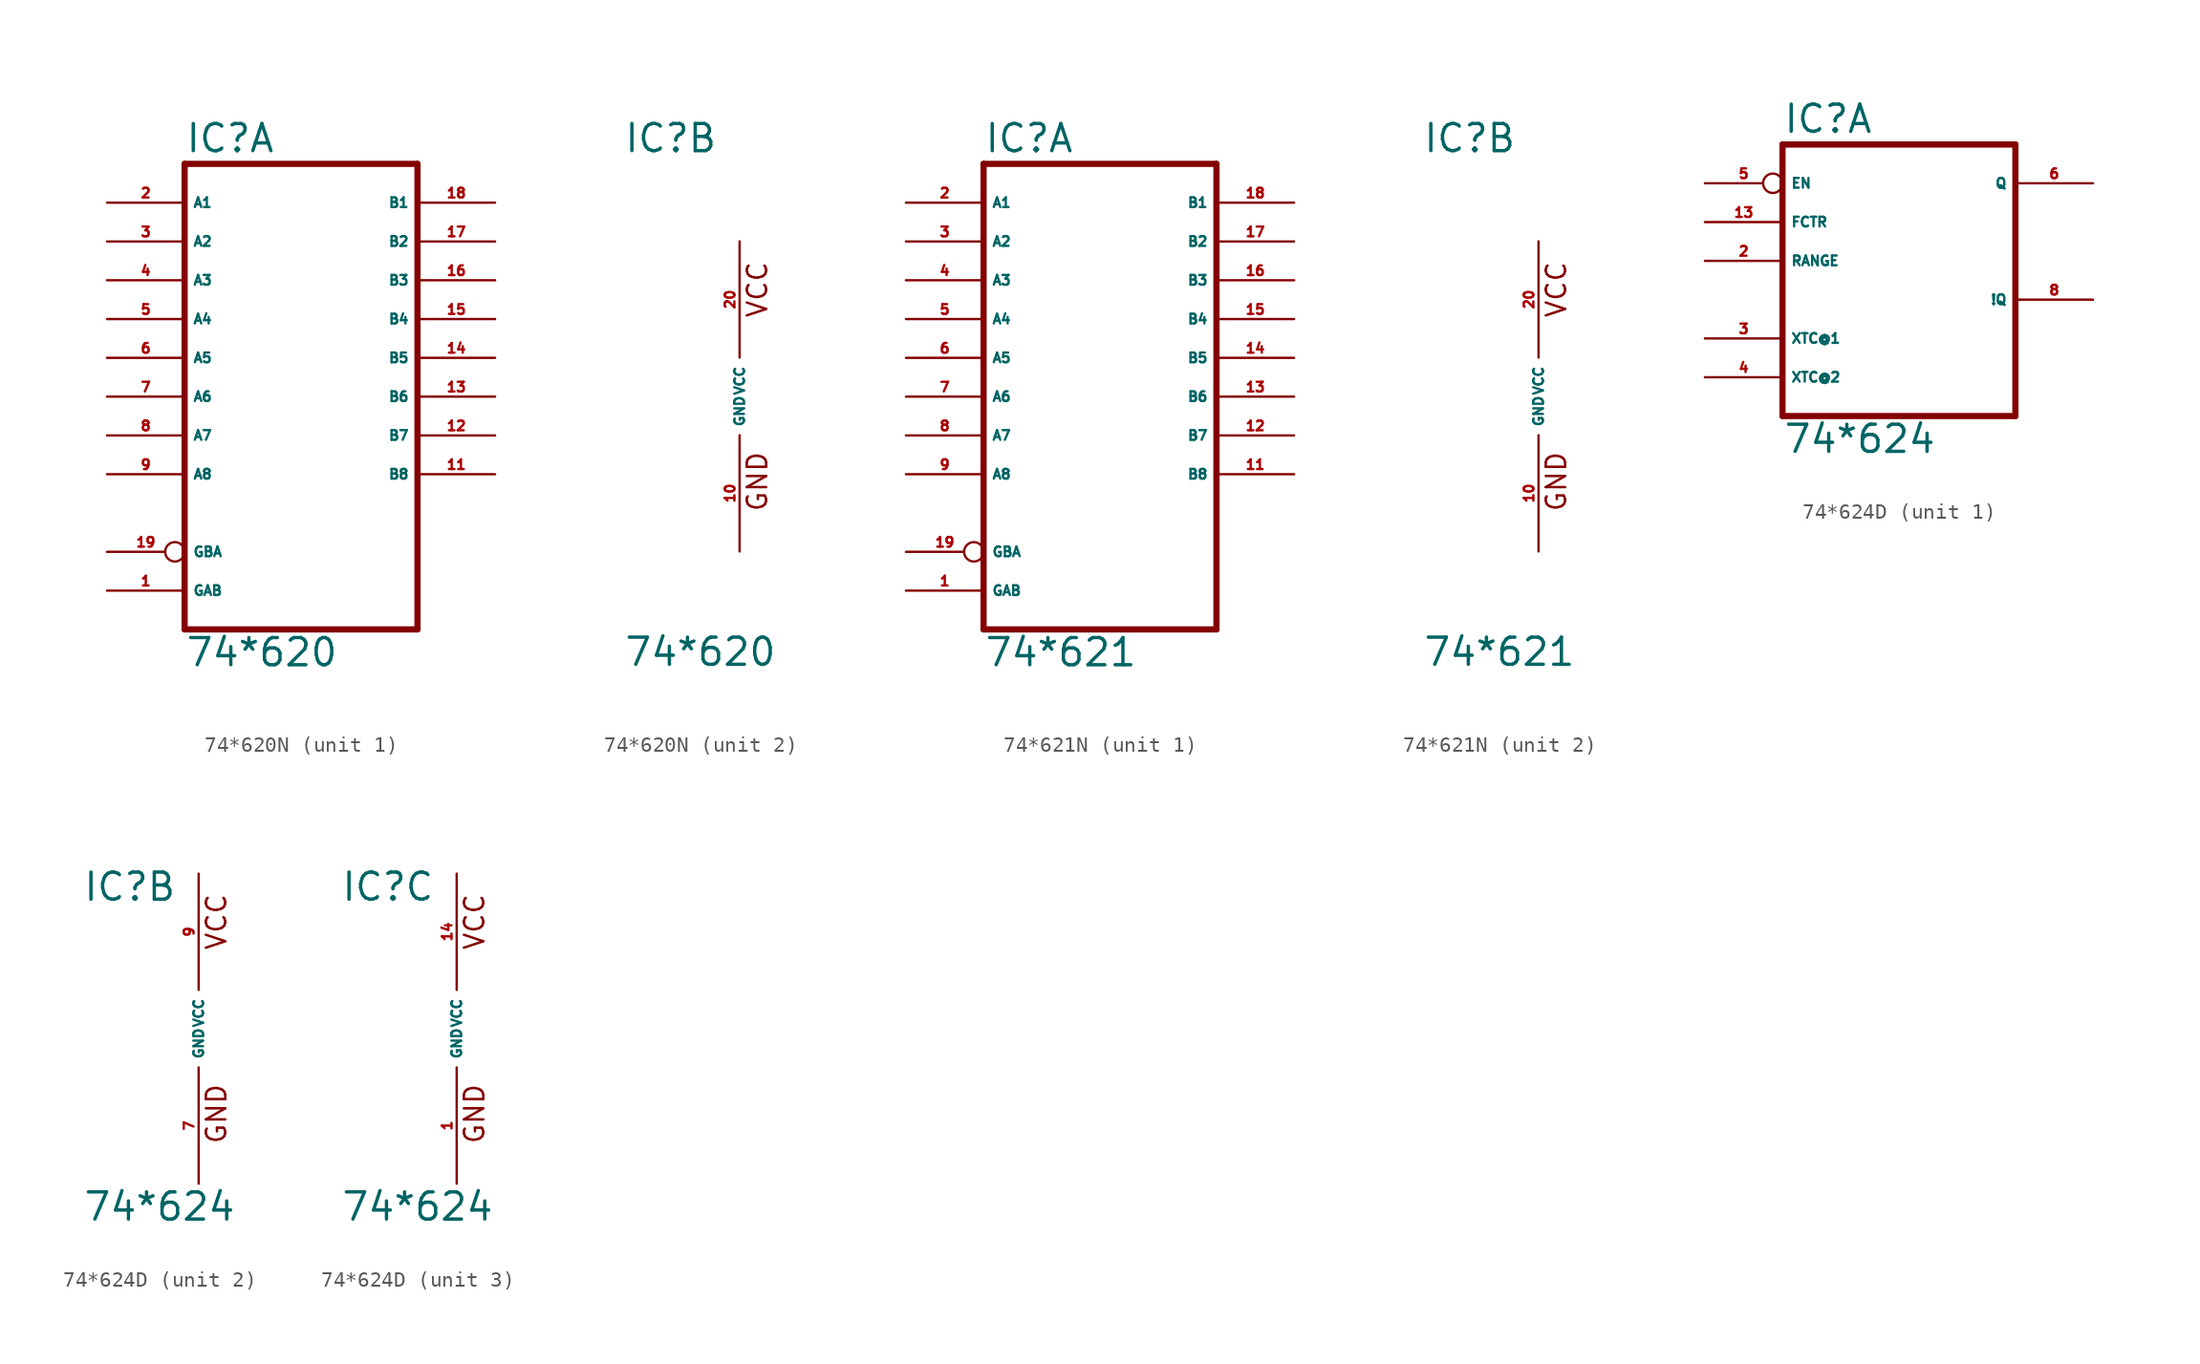
<source format=kicad_sym>
(kicad_symbol_lib
  (version 20220914)
  (generator Eagle2Kicad)
  (symbol "74*620N"
    (property "Reference" "IC"
      (at -7.62 15.875 0)
      (effects (font (size 1.778 1.778) (thickness 0.22)) (justify left bottom)))
    (property "Value" "74*620"
      (at -7.62 -17.78 0)
      (effects (font (size 1.778 1.778) (thickness 0.22)) (justify left bottom)))
    (symbol "74*620N_1_0"
      (polyline (pts (xy -7.62 -15.24) (xy 7.62 -15.24)) (stroke (width 0.406) (type default)) (fill (type none)))
      (polyline (pts (xy 7.62 -15.24) (xy 7.62 15.24)) (stroke (width 0.406) (type default)) (fill (type none)))
      (polyline (pts (xy 7.62 15.24) (xy -7.62 15.24)) (stroke (width 0.406) (type default)) (fill (type none)))
      (polyline (pts (xy -7.62 15.24) (xy -7.62 -15.24)) (stroke (width 0.406) (type default)) (fill (type none)))
      (pin input line (at -12.7 -12.7 0) (length 5.08) (name "GAB" (effects (font (size 0.635 0.635) (thickness 0.08)) (justify left bottom))) (number "1" (effects (font (size 0.635 0.635) (thickness 0.08)) (justify left bottom))))
      (pin bidirectional line (at -12.7 12.7 0) (length 5.08) (name "A1" (effects (font (size 0.635 0.635) (thickness 0.08)) (justify left bottom))) (number "2" (effects (font (size 0.635 0.635) (thickness 0.08)) (justify left bottom))))
      (pin bidirectional line (at -12.7 10.16 0) (length 5.08) (name "A2" (effects (font (size 0.635 0.635) (thickness 0.08)) (justify left bottom))) (number "3" (effects (font (size 0.635 0.635) (thickness 0.08)) (justify left bottom))))
      (pin bidirectional line (at -12.7 7.62 0) (length 5.08) (name "A3" (effects (font (size 0.635 0.635) (thickness 0.08)) (justify left bottom))) (number "4" (effects (font (size 0.635 0.635) (thickness 0.08)) (justify left bottom))))
      (pin bidirectional line (at -12.7 5.08 0) (length 5.08) (name "A4" (effects (font (size 0.635 0.635) (thickness 0.08)) (justify left bottom))) (number "5" (effects (font (size 0.635 0.635) (thickness 0.08)) (justify left bottom))))
      (pin bidirectional line (at -12.7 2.54 0) (length 5.08) (name "A5" (effects (font (size 0.635 0.635) (thickness 0.08)) (justify left bottom))) (number "6" (effects (font (size 0.635 0.635) (thickness 0.08)) (justify left bottom))))
      (pin bidirectional line (at -12.7 0 0) (length 5.08) (name "A6" (effects (font (size 0.635 0.635) (thickness 0.08)) (justify left bottom))) (number "7" (effects (font (size 0.635 0.635) (thickness 0.08)) (justify left bottom))))
      (pin bidirectional line (at -12.7 -2.54 0) (length 5.08) (name "A7" (effects (font (size 0.635 0.635) (thickness 0.08)) (justify left bottom))) (number "8" (effects (font (size 0.635 0.635) (thickness 0.08)) (justify left bottom))))
      (pin bidirectional line (at -12.7 -5.08 0) (length 5.08) (name "A8" (effects (font (size 0.635 0.635) (thickness 0.08)) (justify left bottom))) (number "9" (effects (font (size 0.635 0.635) (thickness 0.08)) (justify left bottom))))
      (pin tri_state line (at 12.7 -5.08 180) (length 5.08) (name "B8" (effects (font (size 0.635 0.635) (thickness 0.08)) (justify left bottom))) (number "11" (effects (font (size 0.635 0.635) (thickness 0.08)) (justify left bottom))))
      (pin tri_state line (at 12.7 -2.54 180) (length 5.08) (name "B7" (effects (font (size 0.635 0.635) (thickness 0.08)) (justify left bottom))) (number "12" (effects (font (size 0.635 0.635) (thickness 0.08)) (justify left bottom))))
      (pin tri_state line (at 12.7 0 180) (length 5.08) (name "B6" (effects (font (size 0.635 0.635) (thickness 0.08)) (justify left bottom))) (number "13" (effects (font (size 0.635 0.635) (thickness 0.08)) (justify left bottom))))
      (pin tri_state line (at 12.7 2.54 180) (length 5.08) (name "B5" (effects (font (size 0.635 0.635) (thickness 0.08)) (justify left bottom))) (number "14" (effects (font (size 0.635 0.635) (thickness 0.08)) (justify left bottom))))
      (pin tri_state line (at 12.7 5.08 180) (length 5.08) (name "B4" (effects (font (size 0.635 0.635) (thickness 0.08)) (justify left bottom))) (number "15" (effects (font (size 0.635 0.635) (thickness 0.08)) (justify left bottom))))
      (pin tri_state line (at 12.7 7.62 180) (length 5.08) (name "B3" (effects (font (size 0.635 0.635) (thickness 0.08)) (justify left bottom))) (number "16" (effects (font (size 0.635 0.635) (thickness 0.08)) (justify left bottom))))
      (pin tri_state line (at 12.7 10.16 180) (length 5.08) (name "B2" (effects (font (size 0.635 0.635) (thickness 0.08)) (justify left bottom))) (number "17" (effects (font (size 0.635 0.635) (thickness 0.08)) (justify left bottom))))
      (pin tri_state line (at 12.7 12.7 180) (length 5.08) (name "B1" (effects (font (size 0.635 0.635) (thickness 0.08)) (justify left bottom))) (number "18" (effects (font (size 0.635 0.635) (thickness 0.08)) (justify left bottom))))
      (pin input inverted (at -12.7 -10.16 0) (length 5.08) (name "GBA" (effects (font (size 0.635 0.635) (thickness 0.08)) (justify left bottom))) (number "19" (effects (font (size 0.635 0.635) (thickness 0.08)) (justify left bottom)))))
    (symbol "74*620N_2_0"
      (text "GND" (at 1.905 -7.62 900) (effects (font (size 1.27 1.27) (thickness 0.16)) (justify left bottom)))
      (text "VCC" (at 1.905 5.08 900) (effects (font (size 1.27 1.27) (thickness 0.16)) (justify left bottom)))
      (pin unspecified line (at 0 -10.16 90) (length 7.62) (name "GND" (effects (font (size 0.635 0.635) (thickness 0.08)) (justify left bottom))) (number "10" (effects (font (size 0.635 0.635) (thickness 0.08)) (justify left bottom))))
      (pin unspecified line (at 0 10.16 270) (length 7.62) (name "VCC" (effects (font (size 0.635 0.635) (thickness 0.08)) (justify left bottom))) (number "20" (effects (font (size 0.635 0.635) (thickness 0.08)) (justify left bottom))))))
  (symbol "74*621N"
    (property "Reference" "IC"
      (at -7.62 15.875 0)
      (effects (font (size 1.778 1.778) (thickness 0.22)) (justify left bottom)))
    (property "Value" "74*621"
      (at -7.62 -17.78 0)
      (effects (font (size 1.778 1.778) (thickness 0.22)) (justify left bottom)))
    (symbol "74*621N_1_0"
      (polyline (pts (xy -7.62 -15.24) (xy 7.62 -15.24)) (stroke (width 0.406) (type default)) (fill (type none)))
      (polyline (pts (xy 7.62 -15.24) (xy 7.62 15.24)) (stroke (width 0.406) (type default)) (fill (type none)))
      (polyline (pts (xy 7.62 15.24) (xy -7.62 15.24)) (stroke (width 0.406) (type default)) (fill (type none)))
      (polyline (pts (xy -7.62 15.24) (xy -7.62 -15.24)) (stroke (width 0.406) (type default)) (fill (type none)))
      (pin input line (at -12.7 -12.7 0) (length 5.08) (name "GAB" (effects (font (size 0.635 0.635) (thickness 0.08)) (justify left bottom))) (number "1" (effects (font (size 0.635 0.635) (thickness 0.08)) (justify left bottom))))
      (pin open_collector line (at -12.7 12.7 0) (length 5.08) (name "A1" (effects (font (size 0.635 0.635) (thickness 0.08)) (justify left bottom))) (number "2" (effects (font (size 0.635 0.635) (thickness 0.08)) (justify left bottom))))
      (pin open_collector line (at -12.7 10.16 0) (length 5.08) (name "A2" (effects (font (size 0.635 0.635) (thickness 0.08)) (justify left bottom))) (number "3" (effects (font (size 0.635 0.635) (thickness 0.08)) (justify left bottom))))
      (pin open_collector line (at -12.7 7.62 0) (length 5.08) (name "A3" (effects (font (size 0.635 0.635) (thickness 0.08)) (justify left bottom))) (number "4" (effects (font (size 0.635 0.635) (thickness 0.08)) (justify left bottom))))
      (pin open_collector line (at -12.7 5.08 0) (length 5.08) (name "A4" (effects (font (size 0.635 0.635) (thickness 0.08)) (justify left bottom))) (number "5" (effects (font (size 0.635 0.635) (thickness 0.08)) (justify left bottom))))
      (pin open_collector line (at -12.7 2.54 0) (length 5.08) (name "A5" (effects (font (size 0.635 0.635) (thickness 0.08)) (justify left bottom))) (number "6" (effects (font (size 0.635 0.635) (thickness 0.08)) (justify left bottom))))
      (pin open_collector line (at -12.7 0 0) (length 5.08) (name "A6" (effects (font (size 0.635 0.635) (thickness 0.08)) (justify left bottom))) (number "7" (effects (font (size 0.635 0.635) (thickness 0.08)) (justify left bottom))))
      (pin open_collector line (at -12.7 -2.54 0) (length 5.08) (name "A7" (effects (font (size 0.635 0.635) (thickness 0.08)) (justify left bottom))) (number "8" (effects (font (size 0.635 0.635) (thickness 0.08)) (justify left bottom))))
      (pin open_collector line (at -12.7 -5.08 0) (length 5.08) (name "A8" (effects (font (size 0.635 0.635) (thickness 0.08)) (justify left bottom))) (number "9" (effects (font (size 0.635 0.635) (thickness 0.08)) (justify left bottom))))
      (pin open_collector line (at 12.7 -5.08 180) (length 5.08) (name "B8" (effects (font (size 0.635 0.635) (thickness 0.08)) (justify left bottom))) (number "11" (effects (font (size 0.635 0.635) (thickness 0.08)) (justify left bottom))))
      (pin open_collector line (at 12.7 -2.54 180) (length 5.08) (name "B7" (effects (font (size 0.635 0.635) (thickness 0.08)) (justify left bottom))) (number "12" (effects (font (size 0.635 0.635) (thickness 0.08)) (justify left bottom))))
      (pin open_collector line (at 12.7 0 180) (length 5.08) (name "B6" (effects (font (size 0.635 0.635) (thickness 0.08)) (justify left bottom))) (number "13" (effects (font (size 0.635 0.635) (thickness 0.08)) (justify left bottom))))
      (pin open_collector line (at 12.7 2.54 180) (length 5.08) (name "B5" (effects (font (size 0.635 0.635) (thickness 0.08)) (justify left bottom))) (number "14" (effects (font (size 0.635 0.635) (thickness 0.08)) (justify left bottom))))
      (pin open_collector line (at 12.7 5.08 180) (length 5.08) (name "B4" (effects (font (size 0.635 0.635) (thickness 0.08)) (justify left bottom))) (number "15" (effects (font (size 0.635 0.635) (thickness 0.08)) (justify left bottom))))
      (pin open_collector line (at 12.7 7.62 180) (length 5.08) (name "B3" (effects (font (size 0.635 0.635) (thickness 0.08)) (justify left bottom))) (number "16" (effects (font (size 0.635 0.635) (thickness 0.08)) (justify left bottom))))
      (pin open_collector line (at 12.7 10.16 180) (length 5.08) (name "B2" (effects (font (size 0.635 0.635) (thickness 0.08)) (justify left bottom))) (number "17" (effects (font (size 0.635 0.635) (thickness 0.08)) (justify left bottom))))
      (pin open_collector line (at 12.7 12.7 180) (length 5.08) (name "B1" (effects (font (size 0.635 0.635) (thickness 0.08)) (justify left bottom))) (number "18" (effects (font (size 0.635 0.635) (thickness 0.08)) (justify left bottom))))
      (pin input inverted (at -12.7 -10.16 0) (length 5.08) (name "GBA" (effects (font (size 0.635 0.635) (thickness 0.08)) (justify left bottom))) (number "19" (effects (font (size 0.635 0.635) (thickness 0.08)) (justify left bottom)))))
    (symbol "74*621N_2_0"
      (text "GND" (at 1.905 -7.62 900) (effects (font (size 1.27 1.27) (thickness 0.16)) (justify left bottom)))
      (text "VCC" (at 1.905 5.08 900) (effects (font (size 1.27 1.27) (thickness 0.16)) (justify left bottom)))
      (pin unspecified line (at 0 -10.16 90) (length 7.62) (name "GND" (effects (font (size 0.635 0.635) (thickness 0.08)) (justify left bottom))) (number "10" (effects (font (size 0.635 0.635) (thickness 0.08)) (justify left bottom))))
      (pin unspecified line (at 0 10.16 270) (length 7.62) (name "VCC" (effects (font (size 0.635 0.635) (thickness 0.08)) (justify left bottom))) (number "20" (effects (font (size 0.635 0.635) (thickness 0.08)) (justify left bottom))))))
  (symbol "74*624D"
    (property "Reference" "IC"
      (at -7.62 8.255 0)
      (effects (font (size 1.778 1.778) (thickness 0.22)) (justify left bottom)))
    (property "Value" "74*624"
      (at -7.62 -12.7 0)
      (effects (font (size 1.778 1.778) (thickness 0.22)) (justify left bottom)))
    (symbol "74*624D_1_0"
      (polyline (pts (xy -7.62 -10.16) (xy 7.62 -10.16)) (stroke (width 0.406) (type default)) (fill (type none)))
      (polyline (pts (xy 7.62 -10.16) (xy 7.62 7.62)) (stroke (width 0.406) (type default)) (fill (type none)))
      (polyline (pts (xy 7.62 7.62) (xy -7.62 7.62)) (stroke (width 0.406) (type default)) (fill (type none)))
      (polyline (pts (xy -7.62 7.62) (xy -7.62 -10.16)) (stroke (width 0.406) (type default)) (fill (type none)))
      (pin input line (at -12.7 0 0) (length 5.08) (name "RANGE" (effects (font (size 0.635 0.635) (thickness 0.08)) (justify left bottom))) (number "2" (effects (font (size 0.635 0.635) (thickness 0.08)) (justify left bottom))))
      (pin passive line (at -12.7 -5.08 0) (length 5.08) (name "XTC@1" (effects (font (size 0.635 0.635) (thickness 0.08)) (justify left bottom))) (number "3" (effects (font (size 0.635 0.635) (thickness 0.08)) (justify left bottom))))
      (pin passive line (at -12.7 -7.62 0) (length 5.08) (name "XTC@2" (effects (font (size 0.635 0.635) (thickness 0.08)) (justify left bottom))) (number "4" (effects (font (size 0.635 0.635) (thickness 0.08)) (justify left bottom))))
      (pin input inverted (at -12.7 5.08 0) (length 5.08) (name "EN" (effects (font (size 0.635 0.635) (thickness 0.08)) (justify left bottom))) (number "5" (effects (font (size 0.635 0.635) (thickness 0.08)) (justify left bottom))))
      (pin input line (at -12.7 2.54 0) (length 5.08) (name "FCTR" (effects (font (size 0.635 0.635) (thickness 0.08)) (justify left bottom))) (number "13" (effects (font (size 0.635 0.635) (thickness 0.08)) (justify left bottom))))
      (pin output line (at 12.7 -2.54 180) (length 5.08) (name "!Q" (effects (font (size 0.635 0.635) (thickness 0.08)) (justify left bottom))) (number "8" (effects (font (size 0.635 0.635) (thickness 0.08)) (justify left bottom))))
      (pin output line (at 12.7 5.08 180) (length 5.08) (name "Q" (effects (font (size 0.635 0.635) (thickness 0.08)) (justify left bottom))) (number "6" (effects (font (size 0.635 0.635) (thickness 0.08)) (justify left bottom)))))
    (symbol "74*624D_2_0"
      (text "GND" (at 1.905 -7.62 900) (effects (font (size 1.27 1.27) (thickness 0.16)) (justify left bottom)))
      (text "VCC" (at 1.905 5.08 900) (effects (font (size 1.27 1.27) (thickness 0.16)) (justify left bottom)))
      (pin unspecified line (at 0 -10.16 90) (length 7.62) (name "GND" (effects (font (size 0.635 0.635) (thickness 0.08)) (justify left bottom))) (number "7" (effects (font (size 0.635 0.635) (thickness 0.08)) (justify left bottom))))
      (pin unspecified line (at 0 10.16 270) (length 7.62) (name "VCC" (effects (font (size 0.635 0.635) (thickness 0.08)) (justify left bottom))) (number "9" (effects (font (size 0.635 0.635) (thickness 0.08)) (justify left bottom)))))
    (symbol "74*624D_3_0"
      (text "GND" (at 1.905 -7.62 900) (effects (font (size 1.27 1.27) (thickness 0.16)) (justify left bottom)))
      (text "VCC" (at 1.905 5.08 900) (effects (font (size 1.27 1.27) (thickness 0.16)) (justify left bottom)))
      (pin unspecified line (at 0 -10.16 90) (length 7.62) (name "GND" (effects (font (size 0.635 0.635) (thickness 0.08)) (justify left bottom))) (number "1" (effects (font (size 0.635 0.635) (thickness 0.08)) (justify left bottom))))
      (pin unspecified line (at 0 10.16 270) (length 7.62) (name "VCC" (effects (font (size 0.635 0.635) (thickness 0.08)) (justify left bottom))) (number "14" (effects (font (size 0.635 0.635) (thickness 0.08)) (justify left bottom)))))))
</source>
